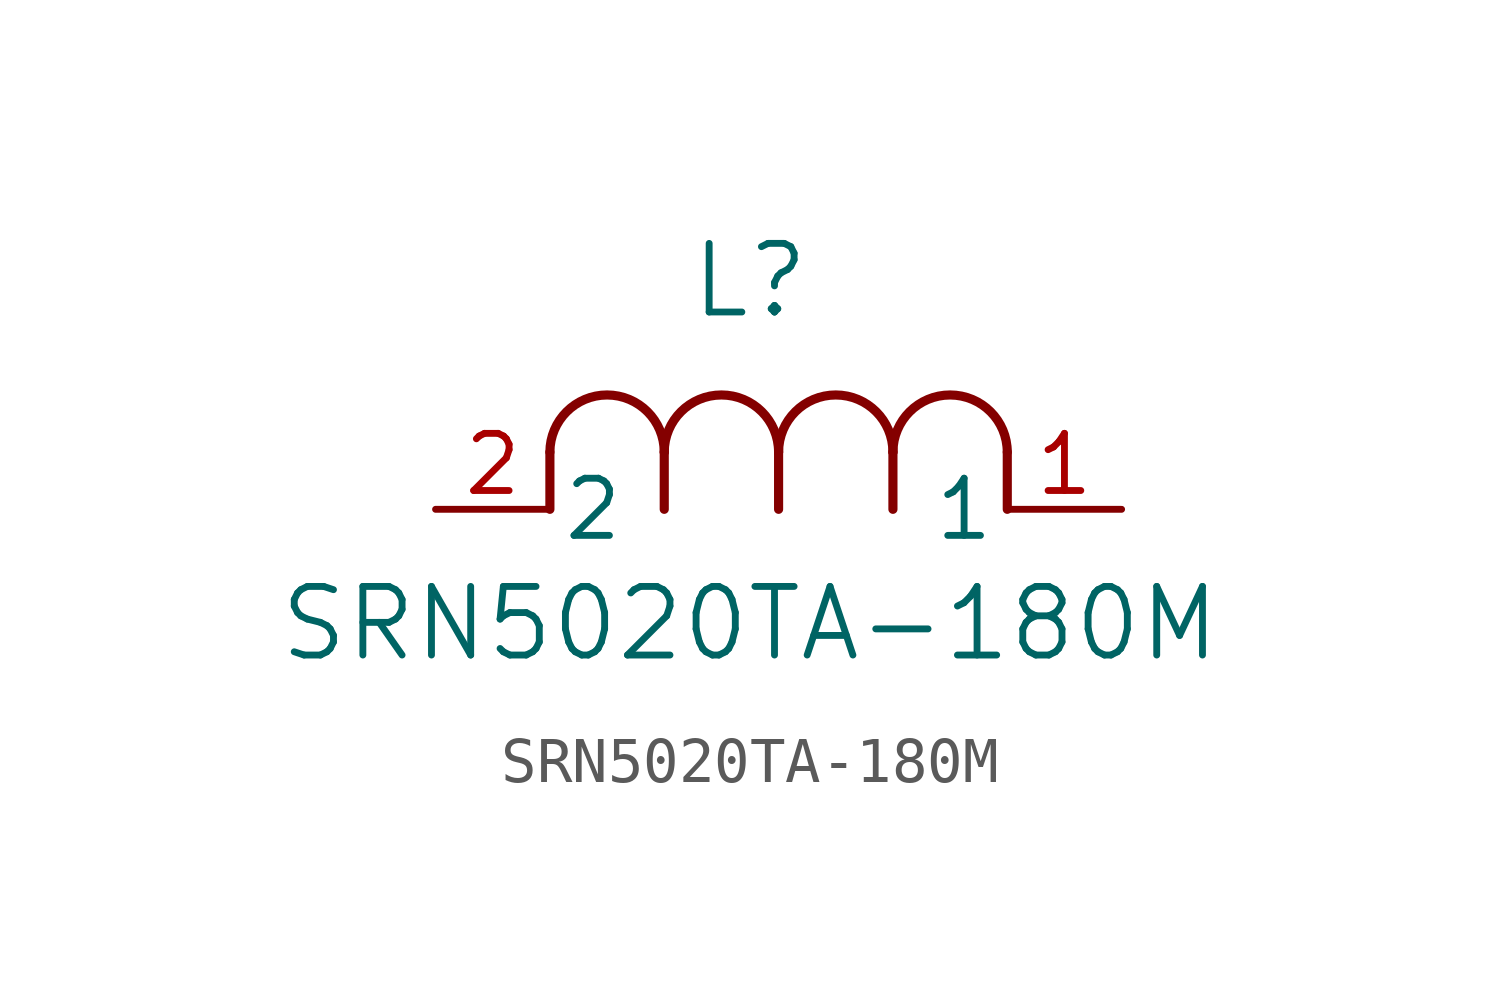
<source format=kicad_sym>
(kicad_symbol_lib
  (version 20211014)
  (generator kicad_symbol_editor)
  (symbol "SRN5020TA-180M"
    (pin_names
      (offset 0.254))
    (property "Reference" "L"
      (at 6.985 5.08 0)
      (effects (font (size 1.524 1.524))))
    (property "Value" "SRN5020TA-180M"
      (at 6.985 -2.54 0)
      (effects (font (size 1.524 1.524))))
    (symbol "SRN5020TA-180M_0_1"
      (arc (start 7.62 1.27) (mid 6.35 2.54) (end 5.08 1.27) (stroke (width 0.2032) (type default) (color 0 0 0 0)) (fill (type none)))
      (polyline (pts (xy 5.08 0) (xy 5.08 1.27)) (stroke (width 0.203) (type default) (color 0 0 0 0)) (fill (type none)))
      (polyline (pts (xy 7.62 0) (xy 7.62 1.27)) (stroke (width 0.203) (type default) (color 0 0 0 0)) (fill (type none)))
      (polyline (pts (xy 12.7 0) (xy 12.7 1.27)) (stroke (width 0.203) (type default) (color 0 0 0 0)) (fill (type none)))
      (arc (start 5.08 1.27) (mid 3.81 2.54) (end 2.54 1.27) (stroke (width 0.2032) (type default) (color 0 0 0 0)) (fill (type none)))
      (arc (start 10.16 1.27) (mid 8.89 2.54) (end 7.62 1.27) (stroke (width 0.2032) (type default) (color 0 0 0 0)) (fill (type none)))
      (arc (start 12.7 1.27) (mid 11.43 2.54) (end 10.16 1.27) (stroke (width 0.2032) (type default) (color 0 0 0 0)) (fill (type none)))
      (polyline (pts (xy 2.54 0) (xy 2.54 1.27)) (stroke (width 0.203) (type default) (color 0 0 0 0)) (fill (type none)))
      (polyline (pts (xy 10.16 0) (xy 10.16 1.27)) (stroke (width 0.203) (type default) (color 0 0 0 0)) (fill (type none)))
      (pin unspecified line (at 0 0 0) (length 2.54) (name "2" (effects (font (size 1.27 1.27)))) (number "2" (effects (font (size 1.27 1.27)))))
      (pin unspecified line (at 15.24 0 180) (length 2.54) (name "1" (effects (font (size 1.27 1.27)))) (number "1" (effects (font (size 1.27 1.27))))))))
</source>
